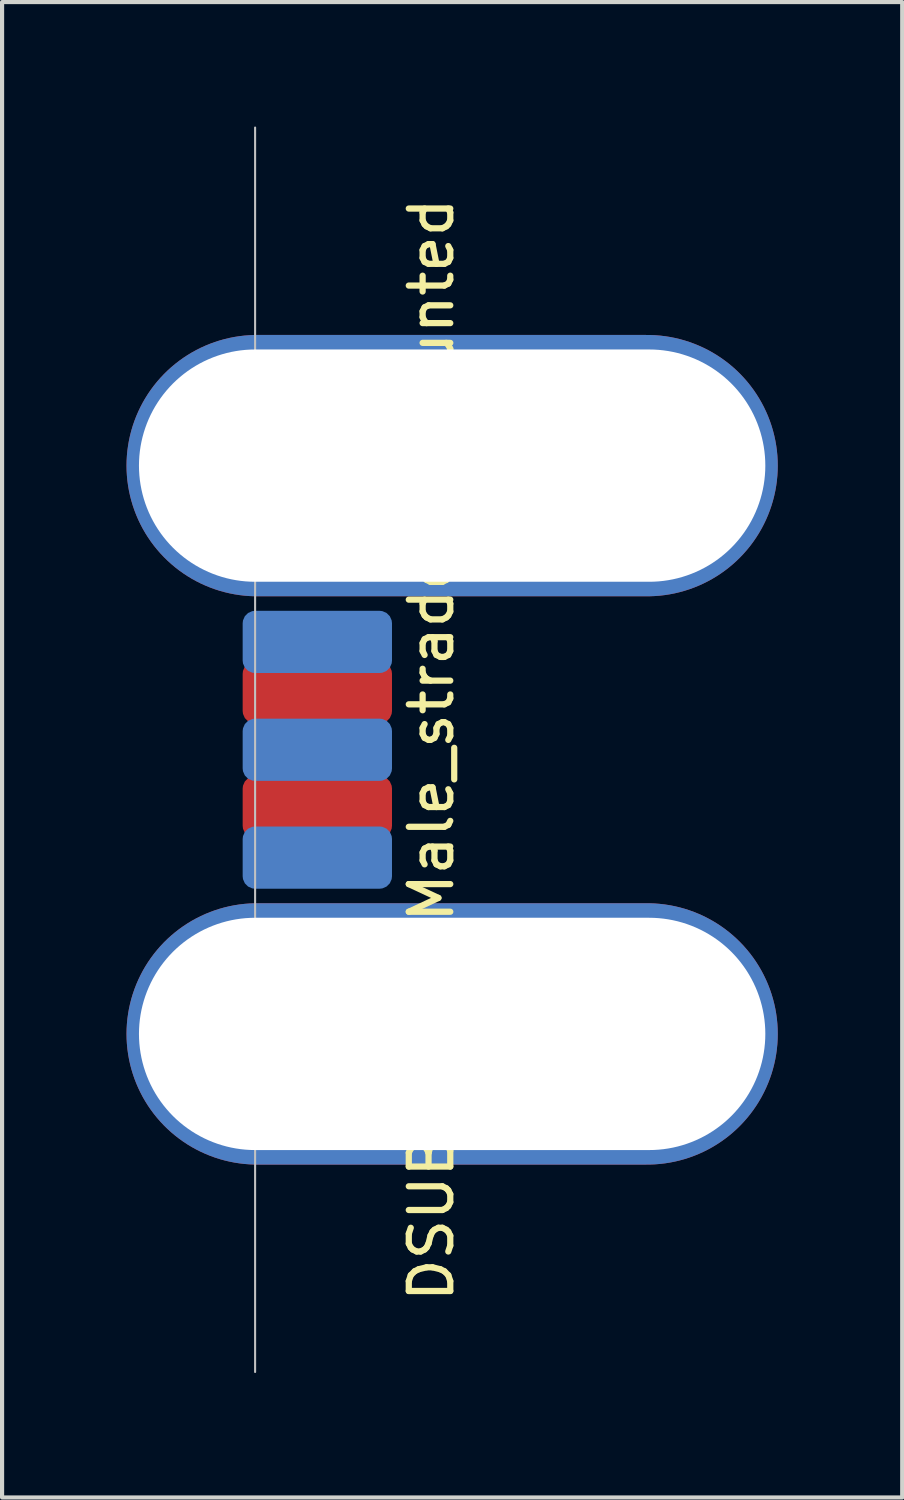
<source format=kicad_pcb>
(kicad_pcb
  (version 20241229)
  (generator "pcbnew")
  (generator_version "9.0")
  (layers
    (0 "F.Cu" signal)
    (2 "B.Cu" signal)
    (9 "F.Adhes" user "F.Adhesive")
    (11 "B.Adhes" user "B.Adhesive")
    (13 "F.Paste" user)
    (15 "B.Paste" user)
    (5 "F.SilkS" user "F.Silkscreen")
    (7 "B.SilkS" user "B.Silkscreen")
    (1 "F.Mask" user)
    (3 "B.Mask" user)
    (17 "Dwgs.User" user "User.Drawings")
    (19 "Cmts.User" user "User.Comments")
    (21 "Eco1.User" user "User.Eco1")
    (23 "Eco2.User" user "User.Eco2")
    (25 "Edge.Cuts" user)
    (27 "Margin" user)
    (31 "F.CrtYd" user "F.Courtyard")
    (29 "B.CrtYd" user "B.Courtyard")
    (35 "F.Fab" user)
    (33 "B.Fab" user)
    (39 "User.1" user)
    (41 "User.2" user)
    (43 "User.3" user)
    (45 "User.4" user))
  (footprint "DSUB-5+2_Male_straddle_mounted"
    (layer "F.Cu")
    (at 3.1 15.025)
    (property "Reference" "DSUB-5+2_Male_straddle_mounted" (at 4.25 0 90) (layer "F.SilkS") (effects (font (size 1 1) (thickness 0.15))))
    (attr through_hole)
    (fp_line (start 0 -15) (end 0 15) (stroke (width 0.05) (type solid)) (layer "Dwgs.User"))
    (pad "1" connect roundrect (at 1.5 -1.384) (size 3.6 1.5) (layers "F.Cu" "F.Mask") (roundrect_rratio 0.2))
    (pad "2" connect roundrect (at 1.5 1.384) (size 3.6 1.5) (layers "F.Cu" "F.Mask") (roundrect_rratio 0.2))
    (pad "3" connect roundrect (at 1.5 -2.6) (size 3.6 1.5) (layers "B.Cu" "B.Mask") (roundrect_rratio 0.2))
    (pad "4" connect roundrect (at 1.5 0) (size 3.6 1.5) (layers "B.Cu" "B.Mask") (roundrect_rratio 0.2))
    (pad "5" connect roundrect (at 1.5 2.6) (size 3.6 1.5) (layers "B.Cu" "B.Mask") (roundrect_rratio 0.2))
    (pad "A1" thru_hole oval (at 4.75 -6.85) (size 15.7 6.3) (drill oval 15.1 5.6) (layers "*.Cu" "*.Mask"))
    (pad "A2" thru_hole oval (at 4.75 6.85) (size 15.7 6.3) (drill oval 15.1 5.6) (layers "*.Cu" "*.Mask")))
  (gr_rect
    (start -3 -3)
    (end 18.7 33.05)
    (stroke (width 0.1) (type default))
    (fill no)
    (layer "Edge.Cuts")))
</source>
